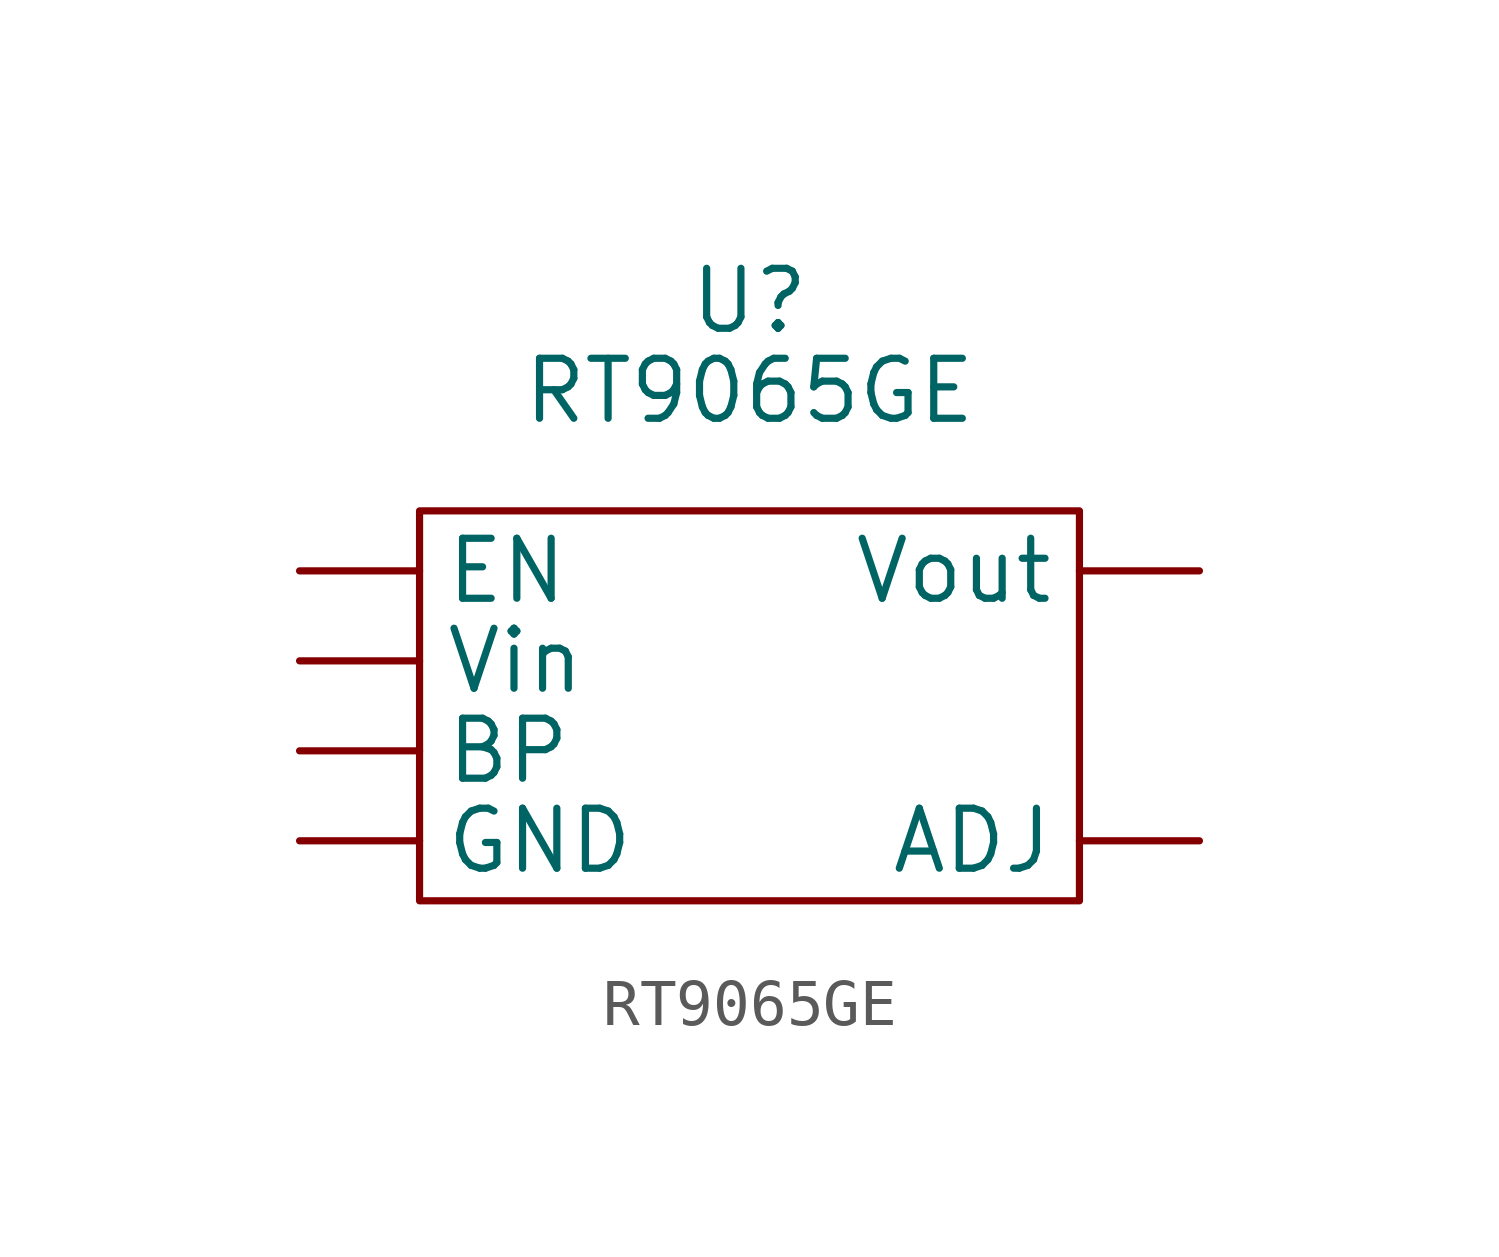
<source format=kicad_sym>
(kicad_symbol_lib
  (version 20211014)
  (generator kicad_symbol_editor)
  (symbol "RT9065GE"
    (pin_numbers hide)
    (property "Reference" "U"
      (at 0 8.89 0)
      (effects (font (size 1.27 1.27))))
    (property "Value" "RT9065GE"
      (at 0 6.985 0)
      (effects (font (size 1.27 1.27))))
    (symbol "RT9065GE_0_1"
      (rectangle (start -6.985 4.445) (end 6.985 -3.81) (stroke (width 0) (type default) (color 0 0 0 0)) (fill (type none))))
    (symbol "RT9065GE_1_1"
      (pin input line (at -9.525 1.27 0) (length 2.54) (name "Vin" (effects (font (size 1.27 1.27)))) (number "1" (effects (font (size 1.27 1.27)))))
      (pin input line (at -9.525 -2.54 0) (length 2.54) (name "GND" (effects (font (size 1.27 1.27)))) (number "2" (effects (font (size 1.27 1.27)))))
      (pin input line (at -9.525 3.175 0) (length 2.54) (name "EN" (effects (font (size 1.27 1.27)))) (number "3" (effects (font (size 1.27 1.27)))))
      (pin input line (at -9.525 -0.635 0) (length 2.54) (name "BP" (effects (font (size 1.27 1.27)))) (number "4" (effects (font (size 1.27 1.27)))))
      (pin input line (at 9.525 -2.54 180) (length 2.54) (name "ADJ" (effects (font (size 1.27 1.27)))) (number "5" (effects (font (size 1.27 1.27)))))
      (pin input line (at 9.525 3.175 180) (length 2.54) (name "Vout" (effects (font (size 1.27 1.27)))) (number "6" (effects (font (size 1.27 1.27))))))))
</source>
